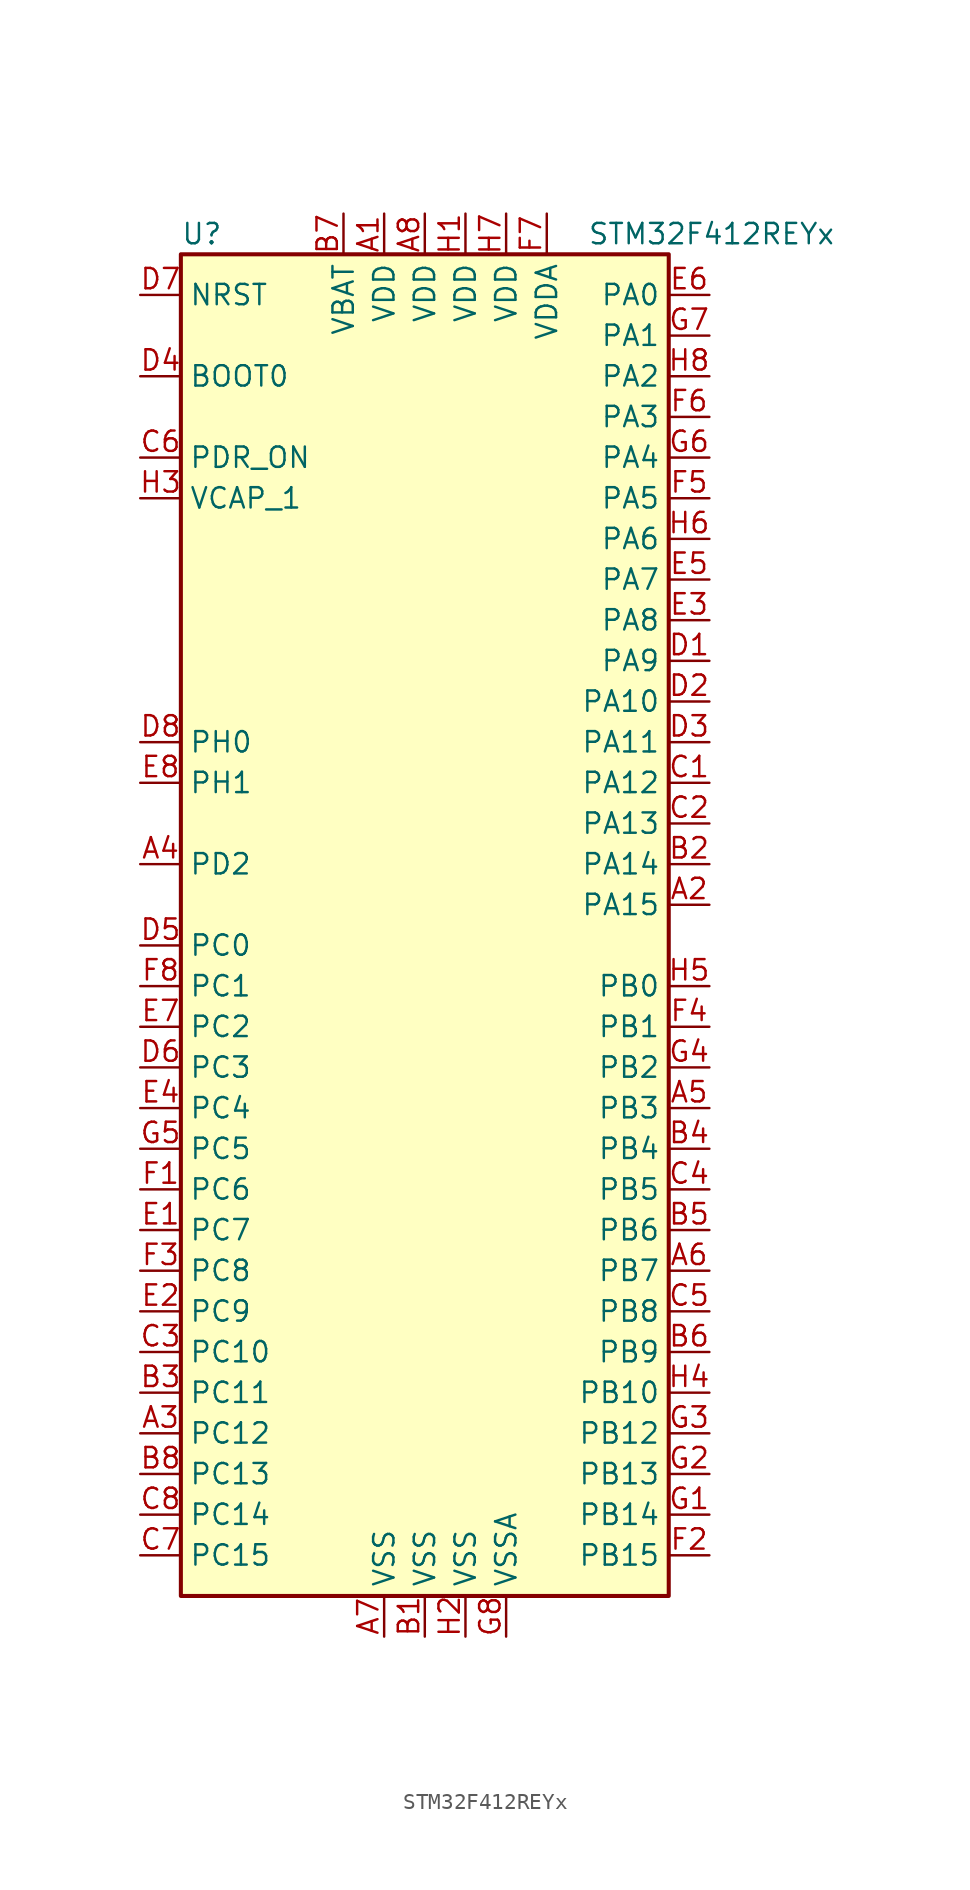
<source format=kicad_sym>
(kicad_symbol_lib
  (version 20201005)
  (generator kicad_symbol_editor)
  (symbol "STM32F412REYx"
    (property "Reference" "U"
      (at -15.24 41.91 0)
      (effects (font (size 1.27 1.27)) (justify left)))
    (property "Value" "STM32F412REYx"
      (at 10.16 41.91 0)
      (effects (font (size 1.27 1.27)) (justify left)))
    (symbol "STM32F412REYx_0_1"
      (rectangle (start -15.24 -43.18) (end 15.24 40.64) (stroke (width 0.254)) (fill (type background))))
    (symbol "STM32F412REYx_1_1"
      (pin power_in line (at -2.54 43.18 270) (length 2.54) (name "VDD" (effects (font (size 1.27 1.27)))) (number "A1" (effects (font (size 1.27 1.27)))))
      (pin bidirectional line (at 17.78 0 180) (length 2.54) (name "PA15" (effects (font (size 1.27 1.27)))) (number "A2" (effects (font (size 1.27 1.27)))))
      (pin bidirectional line (at -17.78 -33.02 0) (length 2.54) (name "PC12" (effects (font (size 1.27 1.27)))) (number "A3" (effects (font (size 1.27 1.27)))))
      (pin bidirectional line (at -17.78 2.54 0) (length 2.54) (name "PD2" (effects (font (size 1.27 1.27)))) (number "A4" (effects (font (size 1.27 1.27)))))
      (pin bidirectional line (at 17.78 -12.7 180) (length 2.54) (name "PB3" (effects (font (size 1.27 1.27)))) (number "A5" (effects (font (size 1.27 1.27)))))
      (pin bidirectional line (at 17.78 -22.86 180) (length 2.54) (name "PB7" (effects (font (size 1.27 1.27)))) (number "A6" (effects (font (size 1.27 1.27)))))
      (pin power_in line (at -2.54 -45.72 90) (length 2.54) (name "VSS" (effects (font (size 1.27 1.27)))) (number "A7" (effects (font (size 1.27 1.27)))))
      (pin power_in line (at 0 43.18 270) (length 2.54) (name "VDD" (effects (font (size 1.27 1.27)))) (number "A8" (effects (font (size 1.27 1.27)))))
      (pin power_in line (at 0 -45.72 90) (length 2.54) (name "VSS" (effects (font (size 1.27 1.27)))) (number "B1" (effects (font (size 1.27 1.27)))))
      (pin bidirectional line (at 17.78 2.54 180) (length 2.54) (name "PA14" (effects (font (size 1.27 1.27)))) (number "B2" (effects (font (size 1.27 1.27)))))
      (pin bidirectional line (at -17.78 -30.48 0) (length 2.54) (name "PC11" (effects (font (size 1.27 1.27)))) (number "B3" (effects (font (size 1.27 1.27)))))
      (pin bidirectional line (at 17.78 -15.24 180) (length 2.54) (name "PB4" (effects (font (size 1.27 1.27)))) (number "B4" (effects (font (size 1.27 1.27)))))
      (pin bidirectional line (at 17.78 -20.32 180) (length 2.54) (name "PB6" (effects (font (size 1.27 1.27)))) (number "B5" (effects (font (size 1.27 1.27)))))
      (pin bidirectional line (at 17.78 -27.94 180) (length 2.54) (name "PB9" (effects (font (size 1.27 1.27)))) (number "B6" (effects (font (size 1.27 1.27)))))
      (pin power_in line (at -5.08 43.18 270) (length 2.54) (name "VBAT" (effects (font (size 1.27 1.27)))) (number "B7" (effects (font (size 1.27 1.27)))))
      (pin bidirectional line (at -17.78 -35.56 0) (length 2.54) (name "PC13" (effects (font (size 1.27 1.27)))) (number "B8" (effects (font (size 1.27 1.27)))))
      (pin bidirectional line (at 17.78 7.62 180) (length 2.54) (name "PA12" (effects (font (size 1.27 1.27)))) (number "C1" (effects (font (size 1.27 1.27)))))
      (pin bidirectional line (at 17.78 5.08 180) (length 2.54) (name "PA13" (effects (font (size 1.27 1.27)))) (number "C2" (effects (font (size 1.27 1.27)))))
      (pin bidirectional line (at -17.78 -27.94 0) (length 2.54) (name "PC10" (effects (font (size 1.27 1.27)))) (number "C3" (effects (font (size 1.27 1.27)))))
      (pin bidirectional line (at 17.78 -17.78 180) (length 2.54) (name "PB5" (effects (font (size 1.27 1.27)))) (number "C4" (effects (font (size 1.27 1.27)))))
      (pin bidirectional line (at 17.78 -25.4 180) (length 2.54) (name "PB8" (effects (font (size 1.27 1.27)))) (number "C5" (effects (font (size 1.27 1.27)))))
      (pin power_in line (at -17.78 27.94 0) (length 2.54) (name "PDR_ON" (effects (font (size 1.27 1.27)))) (number "C6" (effects (font (size 1.27 1.27)))))
      (pin bidirectional line (at -17.78 -40.64 0) (length 2.54) (name "PC15" (effects (font (size 1.27 1.27)))) (number "C7" (effects (font (size 1.27 1.27)))))
      (pin bidirectional line (at -17.78 -38.1 0) (length 2.54) (name "PC14" (effects (font (size 1.27 1.27)))) (number "C8" (effects (font (size 1.27 1.27)))))
      (pin bidirectional line (at 17.78 15.24 180) (length 2.54) (name "PA9" (effects (font (size 1.27 1.27)))) (number "D1" (effects (font (size 1.27 1.27)))))
      (pin bidirectional line (at 17.78 12.7 180) (length 2.54) (name "PA10" (effects (font (size 1.27 1.27)))) (number "D2" (effects (font (size 1.27 1.27)))))
      (pin bidirectional line (at 17.78 10.16 180) (length 2.54) (name "PA11" (effects (font (size 1.27 1.27)))) (number "D3" (effects (font (size 1.27 1.27)))))
      (pin input line (at -17.78 33.02 0) (length 2.54) (name "BOOT0" (effects (font (size 1.27 1.27)))) (number "D4" (effects (font (size 1.27 1.27)))))
      (pin bidirectional line (at -17.78 -2.54 0) (length 2.54) (name "PC0" (effects (font (size 1.27 1.27)))) (number "D5" (effects (font (size 1.27 1.27)))))
      (pin bidirectional line (at -17.78 -10.16 0) (length 2.54) (name "PC3" (effects (font (size 1.27 1.27)))) (number "D6" (effects (font (size 1.27 1.27)))))
      (pin input line (at -17.78 38.1 0) (length 2.54) (name "NRST" (effects (font (size 1.27 1.27)))) (number "D7" (effects (font (size 1.27 1.27)))))
      (pin input line (at -17.78 10.16 0) (length 2.54) (name "PH0" (effects (font (size 1.27 1.27)))) (number "D8" (effects (font (size 1.27 1.27)))))
      (pin bidirectional line (at -17.78 -20.32 0) (length 2.54) (name "PC7" (effects (font (size 1.27 1.27)))) (number "E1" (effects (font (size 1.27 1.27)))))
      (pin bidirectional line (at -17.78 -25.4 0) (length 2.54) (name "PC9" (effects (font (size 1.27 1.27)))) (number "E2" (effects (font (size 1.27 1.27)))))
      (pin bidirectional line (at 17.78 17.78 180) (length 2.54) (name "PA8" (effects (font (size 1.27 1.27)))) (number "E3" (effects (font (size 1.27 1.27)))))
      (pin bidirectional line (at -17.78 -12.7 0) (length 2.54) (name "PC4" (effects (font (size 1.27 1.27)))) (number "E4" (effects (font (size 1.27 1.27)))))
      (pin bidirectional line (at 17.78 20.32 180) (length 2.54) (name "PA7" (effects (font (size 1.27 1.27)))) (number "E5" (effects (font (size 1.27 1.27)))))
      (pin bidirectional line (at 17.78 38.1 180) (length 2.54) (name "PA0" (effects (font (size 1.27 1.27)))) (number "E6" (effects (font (size 1.27 1.27)))))
      (pin bidirectional line (at -17.78 -7.62 0) (length 2.54) (name "PC2" (effects (font (size 1.27 1.27)))) (number "E7" (effects (font (size 1.27 1.27)))))
      (pin input line (at -17.78 7.62 0) (length 2.54) (name "PH1" (effects (font (size 1.27 1.27)))) (number "E8" (effects (font (size 1.27 1.27)))))
      (pin bidirectional line (at -17.78 -17.78 0) (length 2.54) (name "PC6" (effects (font (size 1.27 1.27)))) (number "F1" (effects (font (size 1.27 1.27)))))
      (pin bidirectional line (at 17.78 -40.64 180) (length 2.54) (name "PB15" (effects (font (size 1.27 1.27)))) (number "F2" (effects (font (size 1.27 1.27)))))
      (pin bidirectional line (at -17.78 -22.86 0) (length 2.54) (name "PC8" (effects (font (size 1.27 1.27)))) (number "F3" (effects (font (size 1.27 1.27)))))
      (pin bidirectional line (at 17.78 -7.62 180) (length 2.54) (name "PB1" (effects (font (size 1.27 1.27)))) (number "F4" (effects (font (size 1.27 1.27)))))
      (pin bidirectional line (at 17.78 25.4 180) (length 2.54) (name "PA5" (effects (font (size 1.27 1.27)))) (number "F5" (effects (font (size 1.27 1.27)))))
      (pin bidirectional line (at 17.78 30.48 180) (length 2.54) (name "PA3" (effects (font (size 1.27 1.27)))) (number "F6" (effects (font (size 1.27 1.27)))))
      (pin power_in line (at 7.62 43.18 270) (length 2.54) (name "VDDA" (effects (font (size 1.27 1.27)))) (number "F7" (effects (font (size 1.27 1.27)))))
      (pin bidirectional line (at -17.78 -5.08 0) (length 2.54) (name "PC1" (effects (font (size 1.27 1.27)))) (number "F8" (effects (font (size 1.27 1.27)))))
      (pin bidirectional line (at 17.78 -38.1 180) (length 2.54) (name "PB14" (effects (font (size 1.27 1.27)))) (number "G1" (effects (font (size 1.27 1.27)))))
      (pin bidirectional line (at 17.78 -35.56 180) (length 2.54) (name "PB13" (effects (font (size 1.27 1.27)))) (number "G2" (effects (font (size 1.27 1.27)))))
      (pin bidirectional line (at 17.78 -33.02 180) (length 2.54) (name "PB12" (effects (font (size 1.27 1.27)))) (number "G3" (effects (font (size 1.27 1.27)))))
      (pin bidirectional line (at 17.78 -10.16 180) (length 2.54) (name "PB2" (effects (font (size 1.27 1.27)))) (number "G4" (effects (font (size 1.27 1.27)))))
      (pin bidirectional line (at -17.78 -15.24 0) (length 2.54) (name "PC5" (effects (font (size 1.27 1.27)))) (number "G5" (effects (font (size 1.27 1.27)))))
      (pin bidirectional line (at 17.78 27.94 180) (length 2.54) (name "PA4" (effects (font (size 1.27 1.27)))) (number "G6" (effects (font (size 1.27 1.27)))))
      (pin bidirectional line (at 17.78 35.56 180) (length 2.54) (name "PA1" (effects (font (size 1.27 1.27)))) (number "G7" (effects (font (size 1.27 1.27)))))
      (pin power_in line (at 5.08 -45.72 90) (length 2.54) (name "VSSA" (effects (font (size 1.27 1.27)))) (number "G8" (effects (font (size 1.27 1.27)))))
      (pin power_in line (at 2.54 43.18 270) (length 2.54) (name "VDD" (effects (font (size 1.27 1.27)))) (number "H1" (effects (font (size 1.27 1.27)))))
      (pin power_in line (at 2.54 -45.72 90) (length 2.54) (name "VSS" (effects (font (size 1.27 1.27)))) (number "H2" (effects (font (size 1.27 1.27)))))
      (pin power_in line (at -17.78 25.4 0) (length 2.54) (name "VCAP_1" (effects (font (size 1.27 1.27)))) (number "H3" (effects (font (size 1.27 1.27)))))
      (pin bidirectional line (at 17.78 -30.48 180) (length 2.54) (name "PB10" (effects (font (size 1.27 1.27)))) (number "H4" (effects (font (size 1.27 1.27)))))
      (pin bidirectional line (at 17.78 -5.08 180) (length 2.54) (name "PB0" (effects (font (size 1.27 1.27)))) (number "H5" (effects (font (size 1.27 1.27)))))
      (pin bidirectional line (at 17.78 22.86 180) (length 2.54) (name "PA6" (effects (font (size 1.27 1.27)))) (number "H6" (effects (font (size 1.27 1.27)))))
      (pin power_in line (at 5.08 43.18 270) (length 2.54) (name "VDD" (effects (font (size 1.27 1.27)))) (number "H7" (effects (font (size 1.27 1.27)))))
      (pin bidirectional line (at 17.78 33.02 180) (length 2.54) (name "PA2" (effects (font (size 1.27 1.27)))) (number "H8" (effects (font (size 1.27 1.27))))))))
</source>
